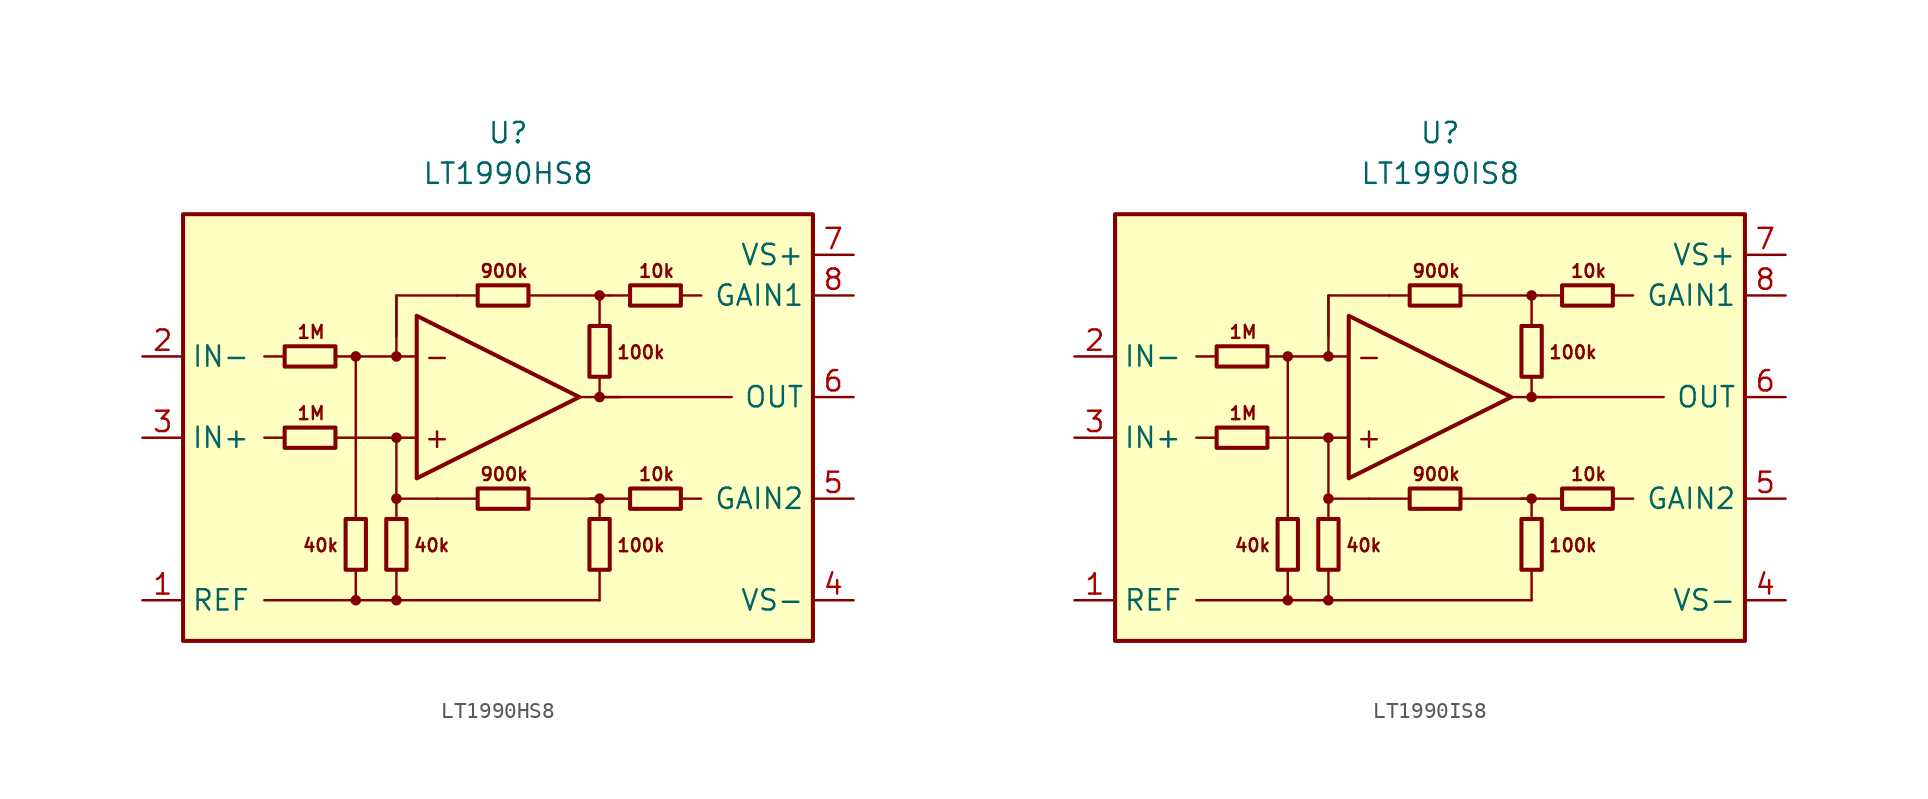
<source format=kicad_sym>
(kicad_symbol_lib
  (version 20211014)
  (generator kicad_symbol_editor)
  (symbol "LT1990HS8"
    (property "Reference" "U"
      (at 0 19.05 0)
      (effects (font (size 1.27 1.27))))
    (property "Value" "LT1990HS8"
      (at 0 16.51 0)
      (effects (font (size 1.27 1.27))))
    (symbol "LT1990HS8_0_0"
      (rectangle (start -20.32 13.97) (end 19.05 -12.7) (stroke (width 0.254) (type default) (color 0 0 0 0)) (fill (type background)))
      (circle (center -9.525 -10.16) (radius 0.254) (stroke (width 0.152) (type default) (color 0 0 0 0)) (fill (type outline)))
      (circle (center -9.525 5.08) (radius 0.254) (stroke (width 0.152) (type default) (color 0 0 0 0)) (fill (type outline)))
      (circle (center -6.985 -10.16) (radius 0.254) (stroke (width 0.152) (type default) (color 0 0 0 0)) (fill (type outline)))
      (circle (center -6.985 -3.81) (radius 0.254) (stroke (width 0.152) (type default) (color 0 0 0 0)) (fill (type outline)))
      (circle (center -6.985 0) (radius 0.254) (stroke (width 0.152) (type default) (color 0 0 0 0)) (fill (type outline)))
      (circle (center -6.985 5.08) (radius 0.254) (stroke (width 0.152) (type default) (color 0 0 0 0)) (fill (type outline)))
      (polyline (pts (xy -13.97 0) (xy -15.24 0)) (stroke (width 0.152) (type default) (color 0 0 0 0)) (fill (type none)))
      (polyline (pts (xy -13.97 5.08) (xy -15.24 5.08)) (stroke (width 0.152) (type default) (color 0 0 0 0)) (fill (type none)))
      (polyline (pts (xy -9.525 -8.255) (xy -9.525 -10.16)) (stroke (width 0.152) (type default) (color 0 0 0 0)) (fill (type none)))
      (polyline (pts (xy -9.525 -5.08) (xy -9.525 5.08)) (stroke (width 0.152) (type default) (color 0 0 0 0)) (fill (type none)))
      (polyline (pts (xy -7.62 -10.16) (xy -15.24 -10.16)) (stroke (width 0.152) (type default) (color 0 0 0 0)) (fill (type none)))
      (polyline (pts (xy -6.985 -8.255) (xy -6.985 -10.16)) (stroke (width 0.152) (type default) (color 0 0 0 0)) (fill (type none)))
      (polyline (pts (xy -6.985 -3.81) (xy -6.985 0)) (stroke (width 0.152) (type default) (color 0 0 0 0)) (fill (type none)))
      (polyline (pts (xy -6.985 5.08) (xy -6.985 8.89)) (stroke (width 0.152) (type default) (color 0 0 0 0)) (fill (type none)))
      (polyline (pts (xy -5.715 0) (xy -10.795 0)) (stroke (width 0.152) (type default) (color 0 0 0 0)) (fill (type none)))
      (polyline (pts (xy -5.715 5.08) (xy -10.795 5.08)) (stroke (width 0.152) (type default) (color 0 0 0 0)) (fill (type none)))
      (polyline (pts (xy -1.905 -3.81) (xy -4.445 -3.81)) (stroke (width 0.152) (type default) (color 0 0 0 0)) (fill (type none)))
      (polyline (pts (xy -1.905 8.89) (xy -3.175 8.89)) (stroke (width 0.152) (type default) (color 0 0 0 0)) (fill (type none)))
      (polyline (pts (xy 4.445 2.54) (xy 13.97 2.54)) (stroke (width 0.152) (type default) (color 0 0 0 0)) (fill (type none)))
      (polyline (pts (xy 5.715 -10.16) (xy -7.62 -10.16)) (stroke (width 0.152) (type default) (color 0 0 0 0)) (fill (type none)))
      (polyline (pts (xy 5.715 -8.255) (xy 5.715 -10.16)) (stroke (width 0.152) (type default) (color 0 0 0 0)) (fill (type none)))
      (polyline (pts (xy 5.715 2.54) (xy 5.715 3.81)) (stroke (width 0.152) (type default) (color 0 0 0 0)) (fill (type none)))
      (polyline (pts (xy 5.715 2.54) (xy 6.985 2.54)) (stroke (width 0.152) (type default) (color 0 0 0 0)) (fill (type none)))
      (polyline (pts (xy 5.715 8.89) (xy 1.27 8.89)) (stroke (width 0.152) (type default) (color 0 0 0 0)) (fill (type none)))
      (polyline (pts (xy 7.62 -3.81) (xy 5.08 -3.81)) (stroke (width 0.152) (type default) (color 0 0 0 0)) (fill (type none)))
      (polyline (pts (xy 7.62 8.89) (xy 6.35 8.89)) (stroke (width 0.152) (type default) (color 0 0 0 0)) (fill (type none)))
      (polyline (pts (xy 10.795 -3.81) (xy 12.065 -3.81)) (stroke (width 0.152) (type default) (color 0 0 0 0)) (fill (type none)))
      (polyline (pts (xy 10.795 8.89) (xy 12.065 8.89)) (stroke (width 0.152) (type default) (color 0 0 0 0)) (fill (type none)))
      (polyline (pts (xy -4.445 -3.81) (xy -6.985 -3.81) (xy -6.985 -5.08)) (stroke (width 0.152) (type default) (color 0 0 0 0)) (fill (type none)))
      (polyline (pts (xy -3.175 8.89) (xy -6.985 8.89) (xy -6.985 6.35)) (stroke (width 0.152) (type default) (color 0 0 0 0)) (fill (type none)))
      (polyline (pts (xy 5.715 -5.08) (xy 5.715 -3.81) (xy 1.27 -3.81)) (stroke (width 0.152) (type default) (color 0 0 0 0)) (fill (type none)))
      (polyline (pts (xy 6.35 8.89) (xy 5.715 8.89) (xy 5.715 6.985)) (stroke (width 0.152) (type default) (color 0 0 0 0)) (fill (type none)))
      (circle (center 5.715 -3.81) (radius 0.254) (stroke (width 0.152) (type default) (color 0 0 0 0)) (fill (type outline)))
      (circle (center 5.715 2.54) (radius 0.254) (stroke (width 0.152) (type default) (color 0 0 0 0)) (fill (type outline)))
      (circle (center 5.715 8.89) (radius 0.254) (stroke (width 0.152) (type default) (color 0 0 0 0)) (fill (type outline)))
      (text "+" (at -4.445 0 0) (effects (font (size 1.27 1.27))))
      (text "-" (at -4.445 5.08 0) (effects (font (size 1.27 1.27))))
      (text "100k" (at 6.731 -6.731 0) (effects (font (size 0.8 0.8)) (justify left)))
      (text "100k" (at 6.731 5.334 0) (effects (font (size 0.8 0.8)) (justify left)))
      (text "10k" (at 9.271 -2.286 0) (effects (font (size 0.8 0.8))))
      (text "10k" (at 9.271 10.414 0) (effects (font (size 0.8 0.8))))
      (text "1M" (at -12.319 1.524 0) (effects (font (size 0.8 0.8))))
      (text "1M" (at -12.319 6.604 0) (effects (font (size 0.8 0.8))))
      (text "40k" (at -10.541 -6.731 0) (effects (font (size 0.8 0.8)) (justify right)))
      (text "40k" (at -5.969 -6.731 0) (effects (font (size 0.8 0.8)) (justify left)))
      (text "900k" (at -0.254 -2.286 0) (effects (font (size 0.8 0.8))))
      (text "900k" (at -0.254 10.414 0) (effects (font (size 0.8 0.8)))))
    (symbol "LT1990HS8_0_1"
      (rectangle (start -13.97 0.635) (end -10.795 -0.635) (stroke (width 0.254) (type default) (color 0 0 0 0)) (fill (type none)))
      (rectangle (start -13.97 5.715) (end -10.795 4.445) (stroke (width 0.254) (type default) (color 0 0 0 0)) (fill (type none)))
      (rectangle (start -10.16 -5.08) (end -8.89 -8.255) (stroke (width 0.254) (type default) (color 0 0 0 0)) (fill (type none)))
      (rectangle (start -7.62 -8.255) (end -6.35 -5.08) (stroke (width 0.254) (type default) (color 0 0 0 0)) (fill (type none)))
      (rectangle (start -1.905 -3.175) (end 1.27 -4.445) (stroke (width 0.254) (type default) (color 0 0 0 0)) (fill (type none)))
      (rectangle (start -1.905 9.525) (end 1.27 8.255) (stroke (width 0.254) (type default) (color 0 0 0 0)) (fill (type none)))
      (polyline (pts (xy -5.715 7.62) (xy -5.715 -2.54) (xy 4.445 2.54) (xy -5.715 7.62)) (stroke (width 0.254) (type default) (color 0 0 0 0)) (fill (type none)))
      (rectangle (start 5.08 -8.255) (end 6.35 -5.08) (stroke (width 0.254) (type default) (color 0 0 0 0)) (fill (type none)))
      (rectangle (start 5.08 3.81) (end 6.35 6.985) (stroke (width 0.254) (type default) (color 0 0 0 0)) (fill (type none)))
      (rectangle (start 7.62 -3.175) (end 10.795 -4.445) (stroke (width 0.254) (type default) (color 0 0 0 0)) (fill (type none)))
      (rectangle (start 7.62 9.525) (end 10.795 8.255) (stroke (width 0.254) (type default) (color 0 0 0 0)) (fill (type none))))
    (symbol "LT1990HS8_1_1"
      (pin input line (at -22.86 -10.16 0) (length 2.54) (name "REF" (effects (font (size 1.27 1.27)))) (number "1" (effects (font (size 1.27 1.27)))))
      (pin input line (at -22.86 5.08 0) (length 2.54) (name "IN-" (effects (font (size 1.27 1.27)))) (number "2" (effects (font (size 1.27 1.27)))))
      (pin input line (at -22.86 0 0) (length 2.54) (name "IN+" (effects (font (size 1.27 1.27)))) (number "3" (effects (font (size 1.27 1.27)))))
      (pin power_in line (at 21.59 -10.16 180) (length 2.54) (name "VS-" (effects (font (size 1.27 1.27)))) (number "4" (effects (font (size 1.27 1.27)))))
      (pin passive line (at 21.59 -3.81 180) (length 2.54) (name "GAIN2" (effects (font (size 1.27 1.27)))) (number "5" (effects (font (size 1.27 1.27)))))
      (pin output line (at 21.59 2.54 180) (length 2.54) (name "OUT" (effects (font (size 1.27 1.27)))) (number "6" (effects (font (size 1.27 1.27)))))
      (pin power_in line (at 21.59 11.43 180) (length 2.54) (name "VS+" (effects (font (size 1.27 1.27)))) (number "7" (effects (font (size 1.27 1.27)))))
      (pin passive line (at 21.59 8.89 180) (length 2.54) (name "GAIN1" (effects (font (size 1.27 1.27)))) (number "8" (effects (font (size 1.27 1.27)))))))
  (symbol "LT1990IS8"
    (property "Reference" "U"
      (at 0 19.05 0)
      (effects (font (size 1.27 1.27))))
    (property "Value" "LT1990IS8"
      (at 0 16.51 0)
      (effects (font (size 1.27 1.27))))
    (symbol "LT1990IS8_0_0"
      (rectangle (start -20.32 13.97) (end 19.05 -12.7) (stroke (width 0.254) (type default) (color 0 0 0 0)) (fill (type background)))
      (circle (center -9.525 -10.16) (radius 0.254) (stroke (width 0.152) (type default) (color 0 0 0 0)) (fill (type outline)))
      (circle (center -9.525 5.08) (radius 0.254) (stroke (width 0.152) (type default) (color 0 0 0 0)) (fill (type outline)))
      (circle (center -6.985 -10.16) (radius 0.254) (stroke (width 0.152) (type default) (color 0 0 0 0)) (fill (type outline)))
      (circle (center -6.985 -3.81) (radius 0.254) (stroke (width 0.152) (type default) (color 0 0 0 0)) (fill (type outline)))
      (circle (center -6.985 0) (radius 0.254) (stroke (width 0.152) (type default) (color 0 0 0 0)) (fill (type outline)))
      (circle (center -6.985 5.08) (radius 0.254) (stroke (width 0.152) (type default) (color 0 0 0 0)) (fill (type outline)))
      (polyline (pts (xy -13.97 0) (xy -15.24 0)) (stroke (width 0.152) (type default) (color 0 0 0 0)) (fill (type none)))
      (polyline (pts (xy -13.97 5.08) (xy -15.24 5.08)) (stroke (width 0.152) (type default) (color 0 0 0 0)) (fill (type none)))
      (polyline (pts (xy -9.525 -8.255) (xy -9.525 -10.16)) (stroke (width 0.152) (type default) (color 0 0 0 0)) (fill (type none)))
      (polyline (pts (xy -9.525 -5.08) (xy -9.525 5.08)) (stroke (width 0.152) (type default) (color 0 0 0 0)) (fill (type none)))
      (polyline (pts (xy -7.62 -10.16) (xy -15.24 -10.16)) (stroke (width 0.152) (type default) (color 0 0 0 0)) (fill (type none)))
      (polyline (pts (xy -6.985 -8.255) (xy -6.985 -10.16)) (stroke (width 0.152) (type default) (color 0 0 0 0)) (fill (type none)))
      (polyline (pts (xy -6.985 -3.81) (xy -6.985 0)) (stroke (width 0.152) (type default) (color 0 0 0 0)) (fill (type none)))
      (polyline (pts (xy -6.985 5.08) (xy -6.985 8.89)) (stroke (width 0.152) (type default) (color 0 0 0 0)) (fill (type none)))
      (polyline (pts (xy -5.715 0) (xy -10.795 0)) (stroke (width 0.152) (type default) (color 0 0 0 0)) (fill (type none)))
      (polyline (pts (xy -5.715 5.08) (xy -10.795 5.08)) (stroke (width 0.152) (type default) (color 0 0 0 0)) (fill (type none)))
      (polyline (pts (xy -1.905 -3.81) (xy -4.445 -3.81)) (stroke (width 0.152) (type default) (color 0 0 0 0)) (fill (type none)))
      (polyline (pts (xy -1.905 8.89) (xy -3.175 8.89)) (stroke (width 0.152) (type default) (color 0 0 0 0)) (fill (type none)))
      (polyline (pts (xy 4.445 2.54) (xy 13.97 2.54)) (stroke (width 0.152) (type default) (color 0 0 0 0)) (fill (type none)))
      (polyline (pts (xy 5.715 -10.16) (xy -7.62 -10.16)) (stroke (width 0.152) (type default) (color 0 0 0 0)) (fill (type none)))
      (polyline (pts (xy 5.715 -8.255) (xy 5.715 -10.16)) (stroke (width 0.152) (type default) (color 0 0 0 0)) (fill (type none)))
      (polyline (pts (xy 5.715 2.54) (xy 5.715 3.81)) (stroke (width 0.152) (type default) (color 0 0 0 0)) (fill (type none)))
      (polyline (pts (xy 5.715 2.54) (xy 6.985 2.54)) (stroke (width 0.152) (type default) (color 0 0 0 0)) (fill (type none)))
      (polyline (pts (xy 5.715 8.89) (xy 1.27 8.89)) (stroke (width 0.152) (type default) (color 0 0 0 0)) (fill (type none)))
      (polyline (pts (xy 7.62 -3.81) (xy 5.08 -3.81)) (stroke (width 0.152) (type default) (color 0 0 0 0)) (fill (type none)))
      (polyline (pts (xy 7.62 8.89) (xy 6.35 8.89)) (stroke (width 0.152) (type default) (color 0 0 0 0)) (fill (type none)))
      (polyline (pts (xy 10.795 -3.81) (xy 12.065 -3.81)) (stroke (width 0.152) (type default) (color 0 0 0 0)) (fill (type none)))
      (polyline (pts (xy 10.795 8.89) (xy 12.065 8.89)) (stroke (width 0.152) (type default) (color 0 0 0 0)) (fill (type none)))
      (polyline (pts (xy -4.445 -3.81) (xy -6.985 -3.81) (xy -6.985 -5.08)) (stroke (width 0.152) (type default) (color 0 0 0 0)) (fill (type none)))
      (polyline (pts (xy -3.175 8.89) (xy -6.985 8.89) (xy -6.985 6.35)) (stroke (width 0.152) (type default) (color 0 0 0 0)) (fill (type none)))
      (polyline (pts (xy 5.715 -5.08) (xy 5.715 -3.81) (xy 1.27 -3.81)) (stroke (width 0.152) (type default) (color 0 0 0 0)) (fill (type none)))
      (polyline (pts (xy 6.35 8.89) (xy 5.715 8.89) (xy 5.715 6.985)) (stroke (width 0.152) (type default) (color 0 0 0 0)) (fill (type none)))
      (circle (center 5.715 -3.81) (radius 0.254) (stroke (width 0.152) (type default) (color 0 0 0 0)) (fill (type outline)))
      (circle (center 5.715 2.54) (radius 0.254) (stroke (width 0.152) (type default) (color 0 0 0 0)) (fill (type outline)))
      (circle (center 5.715 8.89) (radius 0.254) (stroke (width 0.152) (type default) (color 0 0 0 0)) (fill (type outline)))
      (text "+" (at -4.445 0 0) (effects (font (size 1.27 1.27))))
      (text "-" (at -4.445 5.08 0) (effects (font (size 1.27 1.27))))
      (text "100k" (at 6.731 -6.731 0) (effects (font (size 0.8 0.8)) (justify left)))
      (text "100k" (at 6.731 5.334 0) (effects (font (size 0.8 0.8)) (justify left)))
      (text "10k" (at 9.271 -2.286 0) (effects (font (size 0.8 0.8))))
      (text "10k" (at 9.271 10.414 0) (effects (font (size 0.8 0.8))))
      (text "1M" (at -12.319 1.524 0) (effects (font (size 0.8 0.8))))
      (text "1M" (at -12.319 6.604 0) (effects (font (size 0.8 0.8))))
      (text "40k" (at -10.541 -6.731 0) (effects (font (size 0.8 0.8)) (justify right)))
      (text "40k" (at -5.969 -6.731 0) (effects (font (size 0.8 0.8)) (justify left)))
      (text "900k" (at -0.254 -2.286 0) (effects (font (size 0.8 0.8))))
      (text "900k" (at -0.254 10.414 0) (effects (font (size 0.8 0.8)))))
    (symbol "LT1990IS8_0_1"
      (rectangle (start -13.97 0.635) (end -10.795 -0.635) (stroke (width 0.254) (type default) (color 0 0 0 0)) (fill (type none)))
      (rectangle (start -13.97 5.715) (end -10.795 4.445) (stroke (width 0.254) (type default) (color 0 0 0 0)) (fill (type none)))
      (rectangle (start -10.16 -5.08) (end -8.89 -8.255) (stroke (width 0.254) (type default) (color 0 0 0 0)) (fill (type none)))
      (rectangle (start -7.62 -8.255) (end -6.35 -5.08) (stroke (width 0.254) (type default) (color 0 0 0 0)) (fill (type none)))
      (rectangle (start -1.905 -3.175) (end 1.27 -4.445) (stroke (width 0.254) (type default) (color 0 0 0 0)) (fill (type none)))
      (rectangle (start -1.905 9.525) (end 1.27 8.255) (stroke (width 0.254) (type default) (color 0 0 0 0)) (fill (type none)))
      (polyline (pts (xy -5.715 7.62) (xy -5.715 -2.54) (xy 4.445 2.54) (xy -5.715 7.62)) (stroke (width 0.254) (type default) (color 0 0 0 0)) (fill (type none)))
      (rectangle (start 5.08 -8.255) (end 6.35 -5.08) (stroke (width 0.254) (type default) (color 0 0 0 0)) (fill (type none)))
      (rectangle (start 5.08 3.81) (end 6.35 6.985) (stroke (width 0.254) (type default) (color 0 0 0 0)) (fill (type none)))
      (rectangle (start 7.62 -3.175) (end 10.795 -4.445) (stroke (width 0.254) (type default) (color 0 0 0 0)) (fill (type none)))
      (rectangle (start 7.62 9.525) (end 10.795 8.255) (stroke (width 0.254) (type default) (color 0 0 0 0)) (fill (type none))))
    (symbol "LT1990IS8_1_1"
      (pin input line (at -22.86 -10.16 0) (length 2.54) (name "REF" (effects (font (size 1.27 1.27)))) (number "1" (effects (font (size 1.27 1.27)))))
      (pin input line (at -22.86 5.08 0) (length 2.54) (name "IN-" (effects (font (size 1.27 1.27)))) (number "2" (effects (font (size 1.27 1.27)))))
      (pin input line (at -22.86 0 0) (length 2.54) (name "IN+" (effects (font (size 1.27 1.27)))) (number "3" (effects (font (size 1.27 1.27)))))
      (pin power_in line (at 21.59 -10.16 180) (length 2.54) (name "VS-" (effects (font (size 1.27 1.27)))) (number "4" (effects (font (size 1.27 1.27)))))
      (pin passive line (at 21.59 -3.81 180) (length 2.54) (name "GAIN2" (effects (font (size 1.27 1.27)))) (number "5" (effects (font (size 1.27 1.27)))))
      (pin output line (at 21.59 2.54 180) (length 2.54) (name "OUT" (effects (font (size 1.27 1.27)))) (number "6" (effects (font (size 1.27 1.27)))))
      (pin power_in line (at 21.59 11.43 180) (length 2.54) (name "VS+" (effects (font (size 1.27 1.27)))) (number "7" (effects (font (size 1.27 1.27)))))
      (pin passive line (at 21.59 8.89 180) (length 2.54) (name "GAIN1" (effects (font (size 1.27 1.27)))) (number "8" (effects (font (size 1.27 1.27))))))))
</source>
